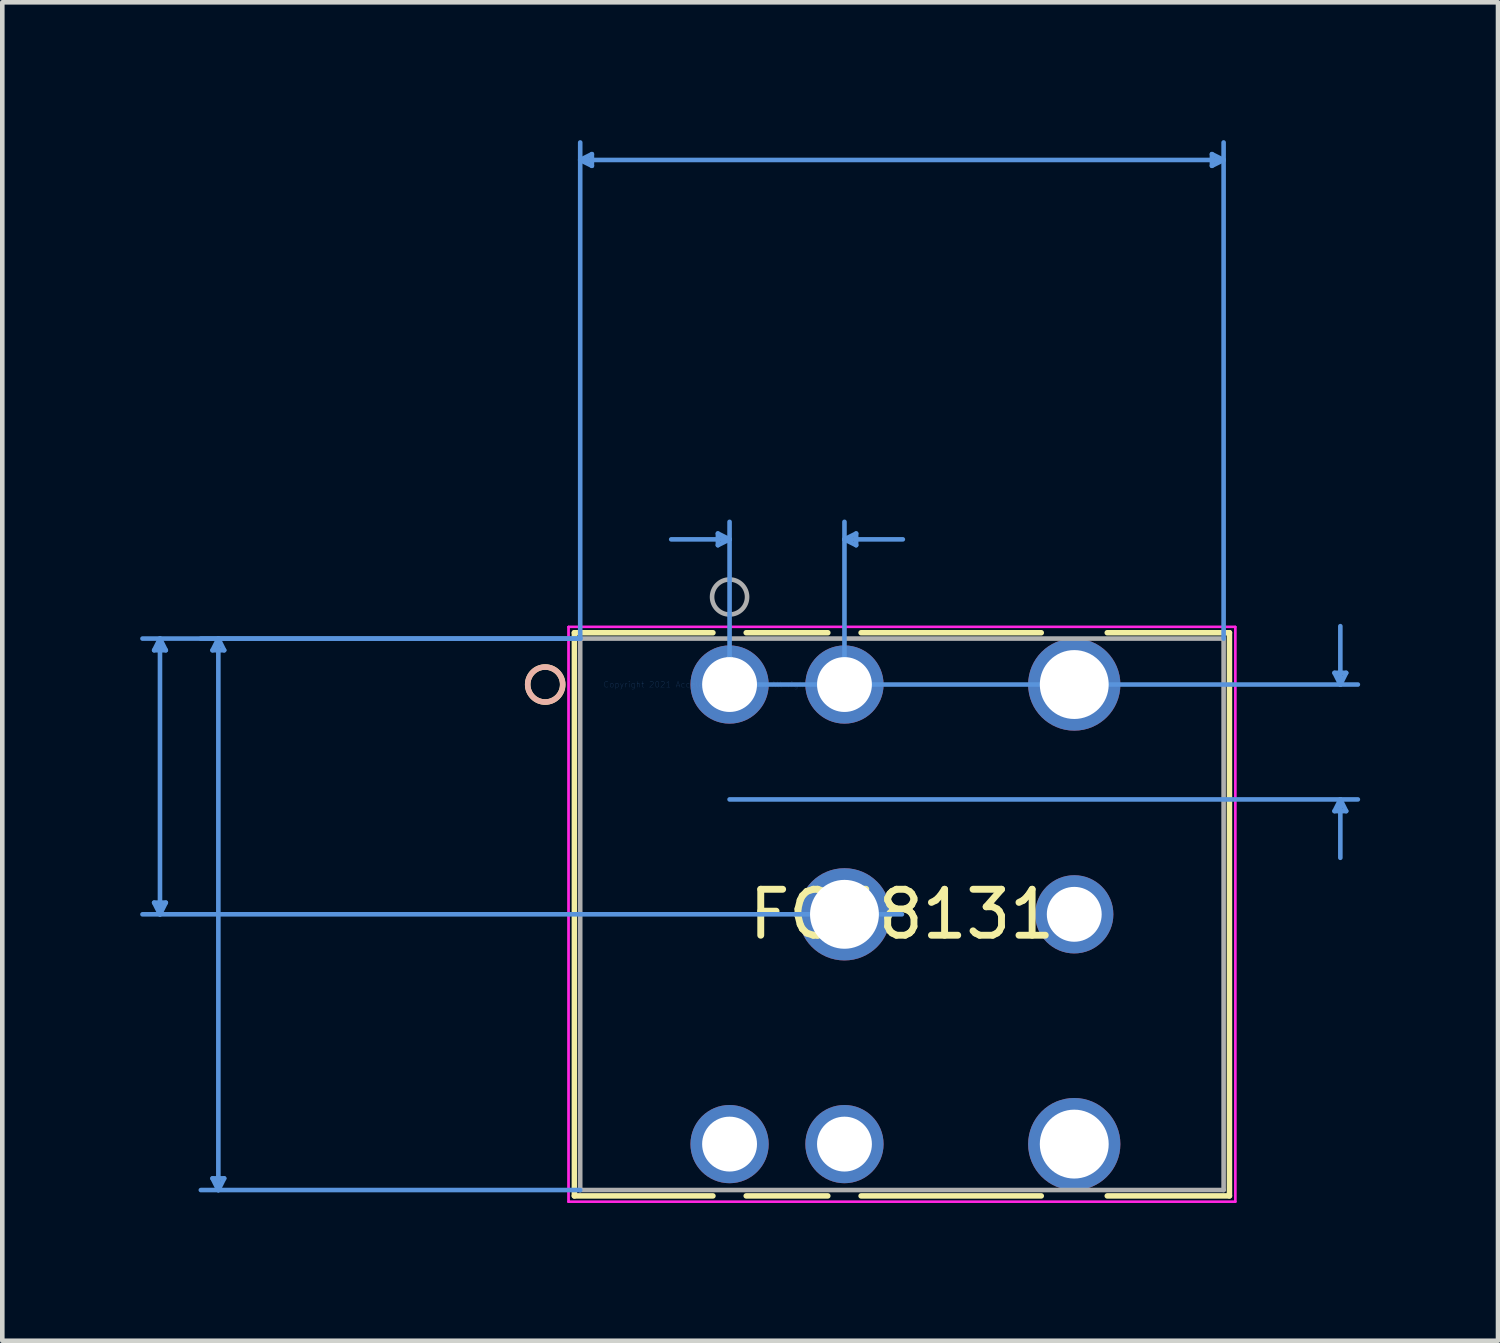
<source format=kicad_pcb>
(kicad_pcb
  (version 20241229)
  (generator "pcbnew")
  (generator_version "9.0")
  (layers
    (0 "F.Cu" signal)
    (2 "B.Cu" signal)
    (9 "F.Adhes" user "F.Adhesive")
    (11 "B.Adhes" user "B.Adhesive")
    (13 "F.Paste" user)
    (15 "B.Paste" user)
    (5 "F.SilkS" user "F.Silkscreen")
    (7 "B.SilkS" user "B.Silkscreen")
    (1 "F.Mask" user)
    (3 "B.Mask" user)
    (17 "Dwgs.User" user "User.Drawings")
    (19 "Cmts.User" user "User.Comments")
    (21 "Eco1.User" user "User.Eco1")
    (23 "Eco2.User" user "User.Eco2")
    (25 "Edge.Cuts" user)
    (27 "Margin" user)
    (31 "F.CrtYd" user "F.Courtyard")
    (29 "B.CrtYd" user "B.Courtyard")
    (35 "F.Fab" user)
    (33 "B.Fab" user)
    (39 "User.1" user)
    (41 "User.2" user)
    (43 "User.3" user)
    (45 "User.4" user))
  (footprint "FC68131"
    (layer "F.Cu")
    (at 12.825 11.845)
    (property "Reference" "FC68131" (at 3.75 5 0) (layer "F.SilkS") (effects (font (size 1 1) (thickness 0.15))))
    (attr through_hole)
    (fp_line (start -3.377 -1.127) (end -3.377 11.127) (stroke (width 0.12) (type solid)) (layer "F.SilkS"))
    (fp_line (start -3.377 11.127) (end -0.362 11.127) (stroke (width 0.12) (type solid)) (layer "F.SilkS"))
    (fp_line (start -0.362 -1.127) (end -3.377 -1.127) (stroke (width 0.12) (type solid)) (layer "F.SilkS"))
    (fp_line (start 0.362 11.127) (end 2.138 11.127) (stroke (width 0.12) (type solid)) (layer "F.SilkS"))
    (fp_line (start 2.138 -1.127) (end 0.362 -1.127) (stroke (width 0.12) (type solid)) (layer "F.SilkS"))
    (fp_line (start 2.862 11.127) (end 6.782 11.127) (stroke (width 0.12) (type solid)) (layer "F.SilkS"))
    (fp_line (start 6.782 -1.127) (end 2.862 -1.127) (stroke (width 0.12) (type solid)) (layer "F.SilkS"))
    (fp_line (start 8.218 11.127) (end 10.877 11.127) (stroke (width 0.12) (type solid)) (layer "F.SilkS"))
    (fp_line (start 10.877 -1.127) (end 8.218 -1.127) (stroke (width 0.12) (type solid)) (layer "F.SilkS"))
    (fp_line (start 10.877 11.127) (end 10.877 -1.127) (stroke (width 0.12) (type solid)) (layer "F.SilkS"))
    (fp_circle (center -4.012 0) (end -3.631 0) (stroke (width 0.12) (type solid)) (fill no) (layer "F.SilkS"))
    (fp_circle (center -4.012 0) (end -3.631 0) (stroke (width 0.12) (type solid)) (fill no) (layer "B.SilkS"))
    (fp_line (start -12.521 -0.746) (end -12.267 -0.746) (stroke (width 0.1) (type solid)) (layer "Cmts.User"))
    (fp_line (start -12.521 4.746) (end -12.267 4.746) (stroke (width 0.1) (type solid)) (layer "Cmts.User"))
    (fp_line (start -12.394 -1) (end -12.521 -0.746) (stroke (width 0.1) (type solid)) (layer "Cmts.User"))
    (fp_line (start -12.394 -1) (end -12.394 5) (stroke (width 0.1) (type solid)) (layer "Cmts.User"))
    (fp_line (start -12.394 -1) (end -12.267 -0.746) (stroke (width 0.1) (type solid)) (layer "Cmts.User"))
    (fp_line (start -12.394 5) (end -12.521 4.746) (stroke (width 0.1) (type solid)) (layer "Cmts.User"))
    (fp_line (start -12.394 5) (end -12.267 4.746) (stroke (width 0.1) (type solid)) (layer "Cmts.User"))
    (fp_line (start -11.251 -0.746) (end -10.997 -0.746) (stroke (width 0.1) (type solid)) (layer "Cmts.User"))
    (fp_line (start -11.251 10.746) (end -10.997 10.746) (stroke (width 0.1) (type solid)) (layer "Cmts.User"))
    (fp_line (start -11.124 -1) (end -11.251 -0.746) (stroke (width 0.1) (type solid)) (layer "Cmts.User"))
    (fp_line (start -11.124 -1) (end -11.124 11) (stroke (width 0.1) (type solid)) (layer "Cmts.User"))
    (fp_line (start -11.124 -1) (end -10.997 -0.746) (stroke (width 0.1) (type solid)) (layer "Cmts.User"))
    (fp_line (start -11.124 11) (end -11.251 10.746) (stroke (width 0.1) (type solid)) (layer "Cmts.User"))
    (fp_line (start -11.124 11) (end -10.997 10.746) (stroke (width 0.1) (type solid)) (layer "Cmts.User"))
    (fp_line (start -3.25 -11.414) (end -2.996 -11.541) (stroke (width 0.1) (type solid)) (layer "Cmts.User"))
    (fp_line (start -3.25 -11.414) (end -2.996 -11.287) (stroke (width 0.1) (type solid)) (layer "Cmts.User"))
    (fp_line (start -3.25 -11.414) (end 10.75 -11.414) (stroke (width 0.1) (type solid)) (layer "Cmts.User"))
    (fp_line (start -3.25 -1) (end -12.775 -1) (stroke (width 0.1) (type solid)) (layer "Cmts.User"))
    (fp_line (start -3.25 -1) (end -11.505 -1) (stroke (width 0.1) (type solid)) (layer "Cmts.User"))
    (fp_line (start -3.25 -1) (end -3.25 -11.795) (stroke (width 0.1) (type solid)) (layer "Cmts.User"))
    (fp_line (start -3.25 11) (end -11.505 11) (stroke (width 0.1) (type solid)) (layer "Cmts.User"))
    (fp_line (start -2.996 -11.541) (end -2.996 -11.287) (stroke (width 0.1) (type solid)) (layer "Cmts.User"))
    (fp_line (start -0.254 -3.286) (end -0.254 -3.032) (stroke (width 0.1) (type solid)) (layer "Cmts.User"))
    (fp_line (start 0 -3.159) (end -1.27 -3.159) (stroke (width 0.1) (type solid)) (layer "Cmts.User"))
    (fp_line (start 0 -3.159) (end -0.254 -3.286) (stroke (width 0.1) (type solid)) (layer "Cmts.User"))
    (fp_line (start 0 -3.159) (end -0.254 -3.032) (stroke (width 0.1) (type solid)) (layer "Cmts.User"))
    (fp_line (start 0 0) (end 0 -3.54) (stroke (width 0.1) (type solid)) (layer "Cmts.User"))
    (fp_line (start 0 0) (end 13.671 0) (stroke (width 0.1) (type solid)) (layer "Cmts.User"))
    (fp_line (start 0 2.5) (end 13.671 2.5) (stroke (width 0.1) (type solid)) (layer "Cmts.User"))
    (fp_line (start 2.5 -3.159) (end 2.754 -3.286) (stroke (width 0.1) (type solid)) (layer "Cmts.User"))
    (fp_line (start 2.5 -3.159) (end 2.754 -3.032) (stroke (width 0.1) (type solid)) (layer "Cmts.User"))
    (fp_line (start 2.5 -3.159) (end 3.77 -3.159) (stroke (width 0.1) (type solid)) (layer "Cmts.User"))
    (fp_line (start 2.5 0) (end 2.5 -3.54) (stroke (width 0.1) (type solid)) (layer "Cmts.User"))
    (fp_line (start 2.754 -3.286) (end 2.754 -3.032) (stroke (width 0.1) (type solid)) (layer "Cmts.User"))
    (fp_line (start 3.75 5) (end -12.775 5) (stroke (width 0.1) (type solid)) (layer "Cmts.User"))
    (fp_line (start 10.496 -11.541) (end 10.496 -11.287) (stroke (width 0.1) (type solid)) (layer "Cmts.User"))
    (fp_line (start 10.75 -11.414) (end 10.496 -11.541) (stroke (width 0.1) (type solid)) (layer "Cmts.User"))
    (fp_line (start 10.75 -11.414) (end 10.496 -11.287) (stroke (width 0.1) (type solid)) (layer "Cmts.User"))
    (fp_line (start 10.75 -1) (end 10.75 -11.795) (stroke (width 0.1) (type solid)) (layer "Cmts.User"))
    (fp_line (start 13.163 -0.254) (end 13.417 -0.254) (stroke (width 0.1) (type solid)) (layer "Cmts.User"))
    (fp_line (start 13.163 2.754) (end 13.417 2.754) (stroke (width 0.1) (type solid)) (layer "Cmts.User"))
    (fp_line (start 13.29 0) (end 13.163 -0.254) (stroke (width 0.1) (type solid)) (layer "Cmts.User"))
    (fp_line (start 13.29 0) (end 13.29 -1.27) (stroke (width 0.1) (type solid)) (layer "Cmts.User"))
    (fp_line (start 13.29 0) (end 13.417 -0.254) (stroke (width 0.1) (type solid)) (layer "Cmts.User"))
    (fp_line (start 13.29 2.5) (end 13.163 2.754) (stroke (width 0.1) (type solid)) (layer "Cmts.User"))
    (fp_line (start 13.29 2.5) (end 13.29 3.77) (stroke (width 0.1) (type solid)) (layer "Cmts.User"))
    (fp_line (start 13.29 2.5) (end 13.417 2.754) (stroke (width 0.1) (type solid)) (layer "Cmts.User"))
    (fp_line (start -3.504 -1.254) (end -3.504 11.254) (stroke (width 0.05) (type solid)) (layer "F.CrtYd"))
    (fp_line (start -3.504 -1.254) (end -3.504 11.254) (stroke (width 0.05) (type solid)) (layer "F.CrtYd"))
    (fp_line (start -3.504 11.254) (end 11.004 11.254) (stroke (width 0.05) (type solid)) (layer "F.CrtYd"))
    (fp_line (start -3.504 11.254) (end 11.004 11.254) (stroke (width 0.05) (type solid)) (layer "F.CrtYd"))
    (fp_line (start 11.004 -1.254) (end -3.504 -1.254) (stroke (width 0.05) (type solid)) (layer "F.CrtYd"))
    (fp_line (start 11.004 -1.254) (end -3.504 -1.254) (stroke (width 0.05) (type solid)) (layer "F.CrtYd"))
    (fp_line (start 11.004 11.254) (end 11.004 -1.254) (stroke (width 0.05) (type solid)) (layer "F.CrtYd"))
    (fp_line (start 11.004 11.254) (end 11.004 -1.254) (stroke (width 0.05) (type solid)) (layer "F.CrtYd"))
    (fp_line (start -3.25 -1) (end -3.25 11) (stroke (width 0.1) (type solid)) (layer "F.Fab"))
    (fp_line (start -3.25 11) (end 10.75 11) (stroke (width 0.1) (type solid)) (layer "F.Fab"))
    (fp_line (start 10.75 -1) (end -3.25 -1) (stroke (width 0.1) (type solid)) (layer "F.Fab"))
    (fp_line (start 10.75 11) (end 10.75 -1) (stroke (width 0.1) (type solid)) (layer "F.Fab"))
    (fp_circle (center 0 -1.905) (end 0.381 -1.905) (stroke (width 0.1) (type solid)) (fill no) (layer "F.Fab"))
    (fp_text user "*" (at 0 0 0) (layer "F.SilkS") (effects (font (size 1 1) (thickness 0.15))))
    (fp_text user "Copyright 2021 Accelerated Designs. All rights reserved." (at 0 0 0) (layer "Cmts.User") (effects (font (size 0.127 0.127) (thickness 0.002))))
    (fp_text user "*" (at 0 0 0) (layer "F.Fab") (effects (font (size 1 1) (thickness 0.15))))
    (pad "1" thru_hole circle (at 2.5 5) (size 2.007 2.007) (drill 1.499) (layers "*.Cu" "*.Mask"))
    (pad "2" thru_hole circle (at 7.5 10) (size 2.007 2.007) (drill 1.499) (layers "*.Cu" "*.Mask"))
    (pad "3" thru_hole circle (at 7.5 0) (size 2.007 2.007) (drill 1.499) (layers "*.Cu" "*.Mask"))
    (pad "4" thru_hole circle (at 0 0) (size 1.702 1.702) (drill 1.194) (layers "*.Cu" "*.Mask"))
    (pad "5" thru_hole circle (at 2.5 0) (size 1.702 1.702) (drill 1.194) (layers "*.Cu" "*.Mask"))
    (pad "6" thru_hole circle (at 0 10) (size 1.702 1.702) (drill 1.194) (layers "*.Cu" "*.Mask"))
    (pad "7" thru_hole circle (at 2.5 10) (size 1.702 1.702) (drill 1.194) (layers "*.Cu" "*.Mask"))
    (pad "8" thru_hole circle (at 7.5 5) (size 1.702 1.702) (drill 1.194) (layers "*.Cu" "*.Mask")))
  (gr_rect
    (start -3 -3)
    (end 29.546 26.124)
    (stroke (width 0.1) (type default))
    (fill no)
    (layer "Edge.Cuts")))
</source>
